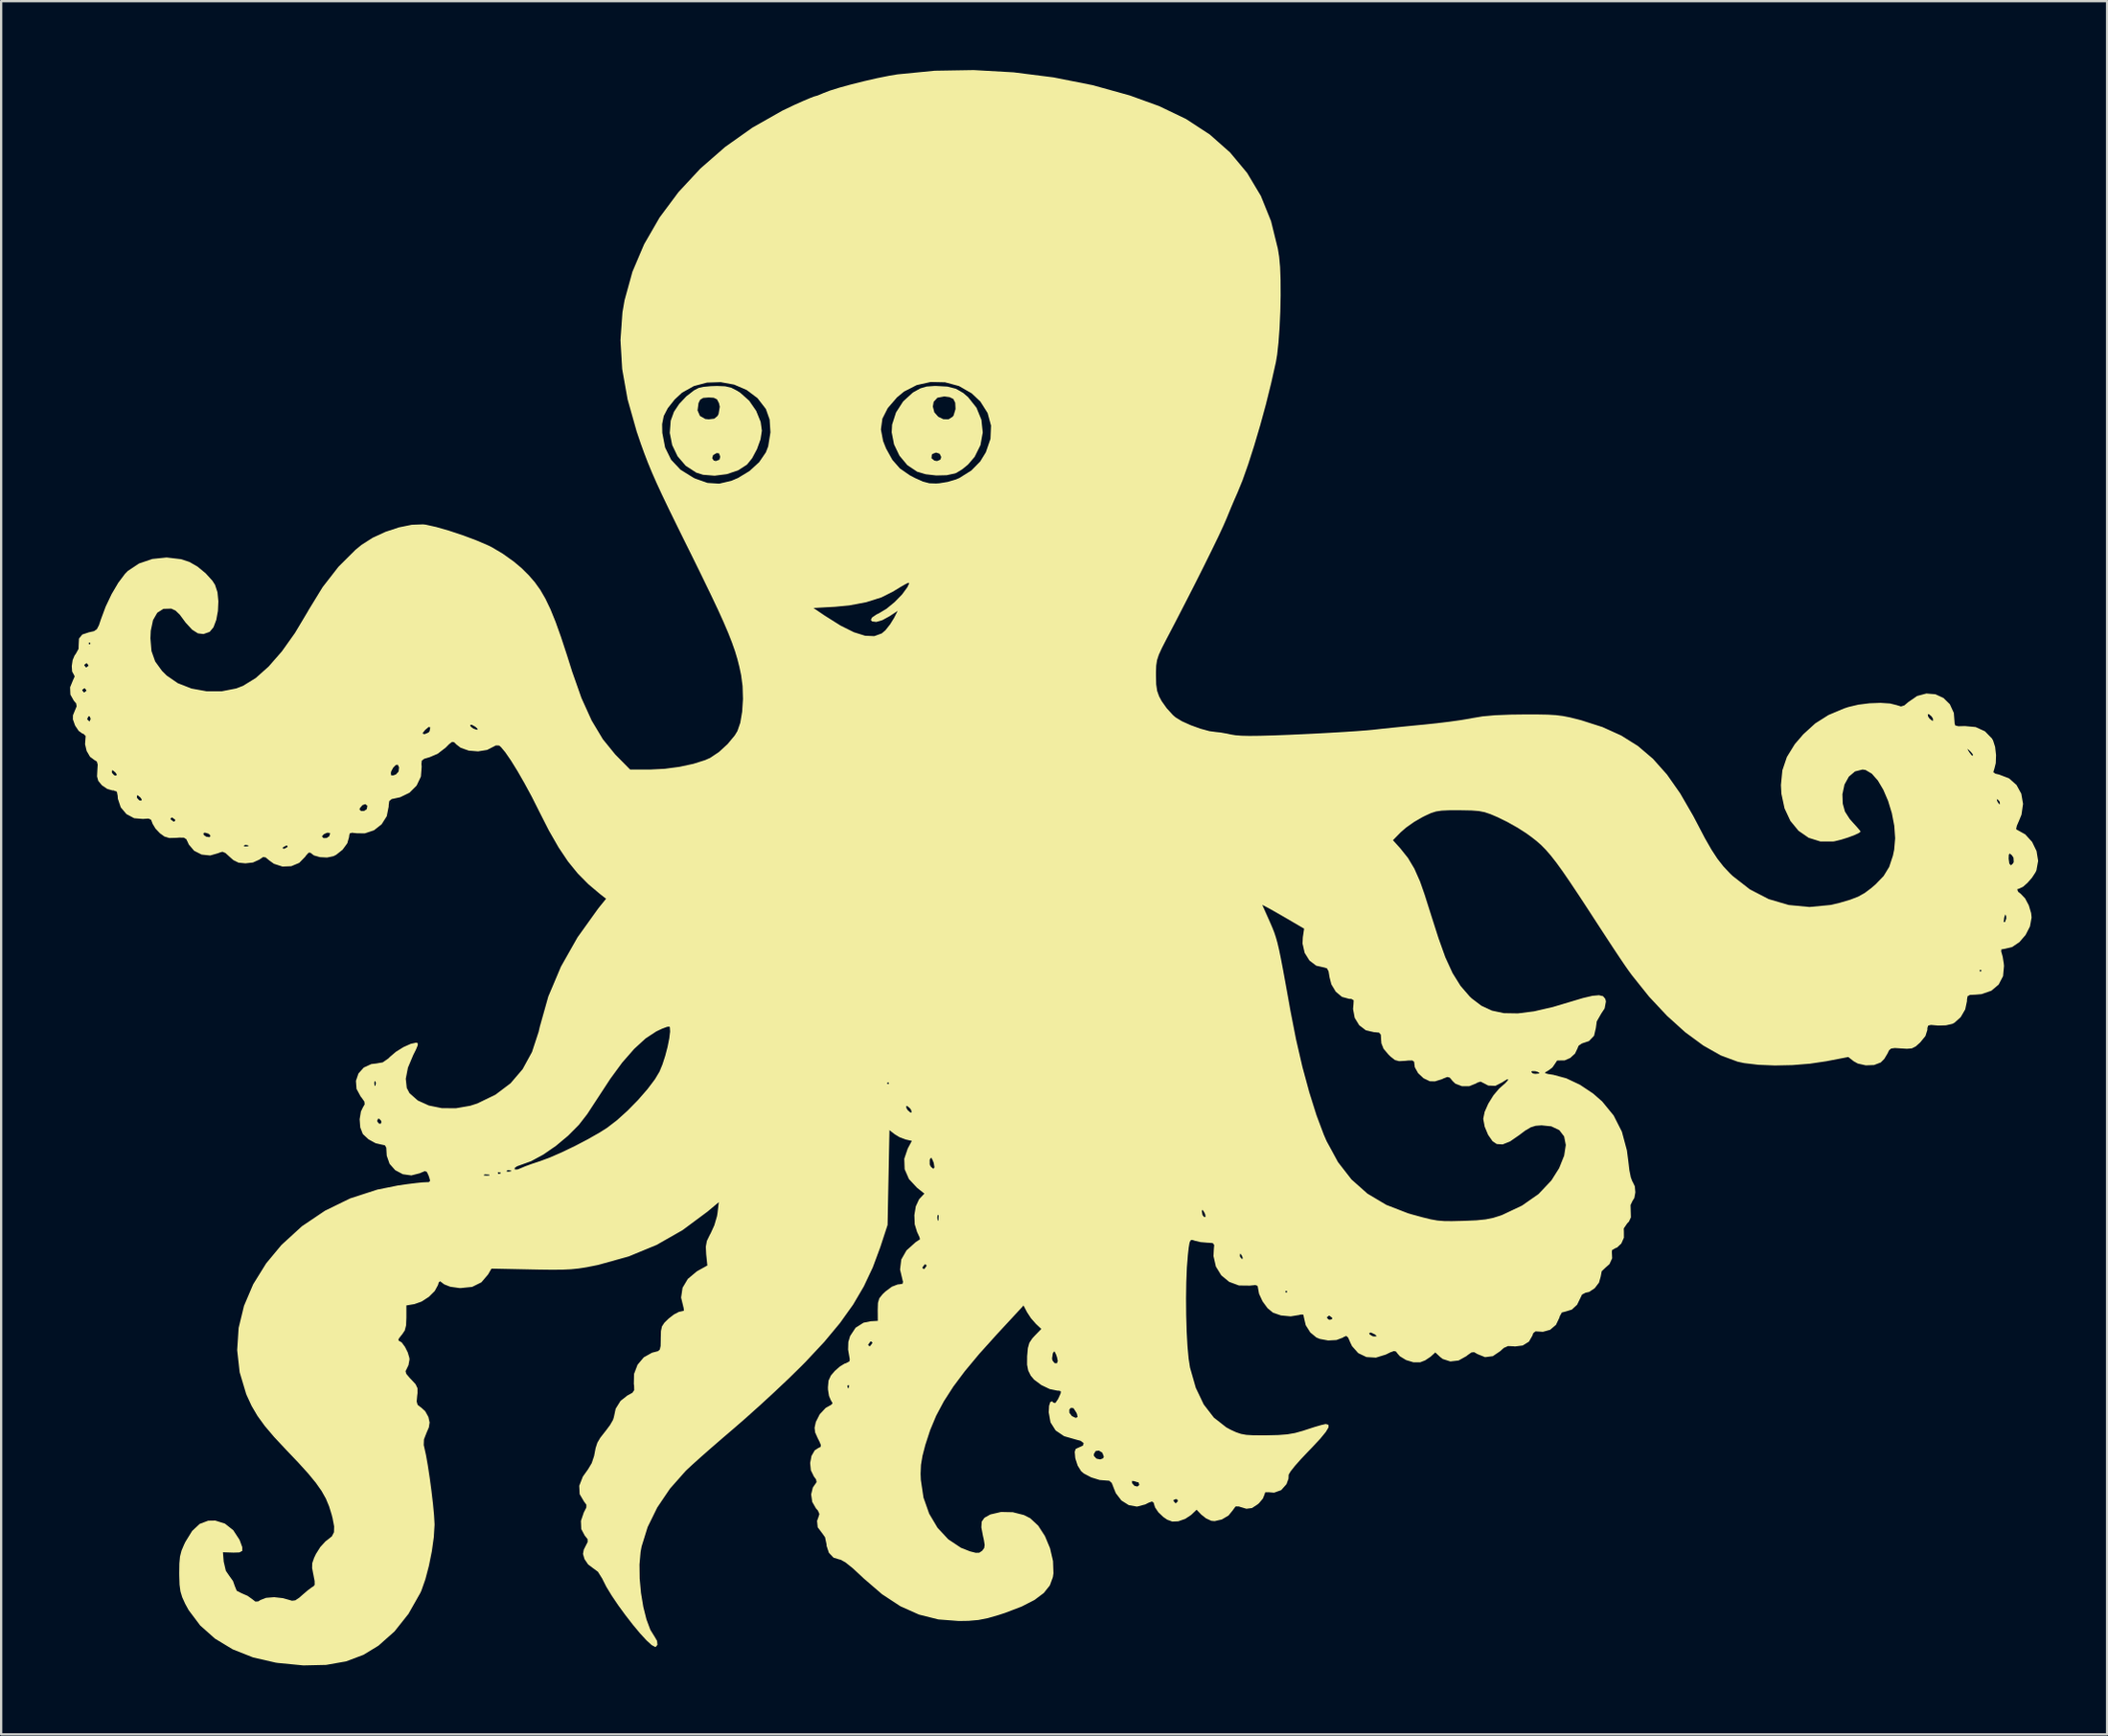
<source format=kicad_pcb>
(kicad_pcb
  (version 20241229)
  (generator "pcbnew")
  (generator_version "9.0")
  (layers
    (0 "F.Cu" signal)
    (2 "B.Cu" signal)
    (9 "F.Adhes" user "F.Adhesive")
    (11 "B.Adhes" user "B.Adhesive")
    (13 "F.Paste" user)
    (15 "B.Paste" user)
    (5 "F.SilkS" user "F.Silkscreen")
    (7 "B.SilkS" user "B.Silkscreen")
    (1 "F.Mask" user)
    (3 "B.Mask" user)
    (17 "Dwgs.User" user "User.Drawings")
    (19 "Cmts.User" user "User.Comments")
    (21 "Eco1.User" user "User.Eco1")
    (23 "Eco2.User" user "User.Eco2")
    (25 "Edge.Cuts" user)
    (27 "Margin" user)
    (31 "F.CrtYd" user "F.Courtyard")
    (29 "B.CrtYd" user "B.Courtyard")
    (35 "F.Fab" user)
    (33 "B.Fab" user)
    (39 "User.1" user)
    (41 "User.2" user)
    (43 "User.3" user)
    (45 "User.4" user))
  (footprint "octopus_120"
    (layer "F.Cu")
    (at 42.8 34.704)
    (property "Reference" "octopus_120" (at 0 0 0) (layer "F.SilkS") (effects (font (size 1.524 1.524) (thickness 0.3))))
    (attr board_only exclude_from_pos_files exclude_from_bom)
    (fp_poly (pts (xy -14.3 -20.941) (xy -14.037 -20.881) (xy -13.78 -20.75) (xy -13.64 -20.66) (xy -13.253 -20.315) (xy -12.947 -19.873) (xy -12.753 -19.392) (xy -12.701 -19.011) (xy -12.76 -18.634) (xy -12.912 -18.209) (xy -13.123 -17.813) (xy -13.347 -17.535) (xy -13.737 -17.283) (xy -14.228 -17.118) (xy -14.757 -17.051) (xy -15.26 -17.091) (xy -15.557 -17.185) (xy -16.015 -17.484) (xy -16.303 -17.82) (xy -14.863 -17.82) (xy -14.799 -17.713) (xy -14.702 -17.689) (xy -14.547 -17.749) (xy -14.514 -17.877) (xy -14.563 -18.022) (xy -14.672 -18.035) (xy -14.819 -17.951) (xy -14.863 -17.82) (xy -16.303 -17.82) (xy -16.369 -17.897) (xy -16.604 -18.386) (xy -16.709 -18.914) (xy -16.668 -19.445) (xy -16.528 -19.831) (xy -16.487 -19.893) (xy -15.5 -19.893) (xy -15.396 -19.653) (xy -15.164 -19.52) (xy -15.013 -19.504) (xy -14.77 -19.534) (xy -14.631 -19.651) (xy -14.587 -19.734) (xy -14.532 -20.052) (xy -14.568 -20.21) (xy -14.653 -20.373) (xy -14.795 -20.443) (xy -15.013 -20.456) (xy -15.257 -20.437) (xy -15.387 -20.357) (xy -15.458 -20.21) (xy -15.5 -19.893) (xy -16.487 -19.893) (xy -16.299 -20.175) (xy -15.988 -20.505) (xy -15.654 -20.765) (xy -15.451 -20.87) (xy -15.241 -20.916) (xy -14.927 -20.946) (xy -14.655 -20.955)) (stroke (width 0) (type solid)) (fill yes) (layer "F.SilkS"))
    (fp_poly (pts (xy -4.628 -20.928) (xy -4.257 -20.834) (xy -3.94 -20.652) (xy -3.731 -20.473) (xy -3.362 -20.009) (xy -3.148 -19.485) (xy -3.09 -18.932) (xy -3.189 -18.384) (xy -3.443 -17.872) (xy -3.731 -17.536) (xy -3.978 -17.334) (xy -4.226 -17.18) (xy -4.292 -17.151) (xy -4.662 -17.072) (xy -5.116 -17.061) (xy -5.573 -17.114) (xy -5.947 -17.226) (xy -6.373 -17.512) (xy -6.622 -17.811) (xy -5.321 -17.811) (xy -5.194 -17.708) (xy -5.075 -17.689) (xy -4.927 -17.756) (xy -4.899 -17.871) (xy -4.968 -18.008) (xy -5.122 -18.058) (xy -5.274 -18.001) (xy -5.307 -17.961) (xy -5.321 -17.811) (xy -6.622 -17.811) (xy -6.716 -17.924) (xy -6.95 -18.415) (xy -7.051 -18.938) (xy -7.034 -19.273) (xy -6.865 -19.802) (xy -6.699 -20.06) (xy -5.261 -20.06) (xy -5.195 -19.807) (xy -5.026 -19.617) (xy -4.804 -19.51) (xy -4.577 -19.506) (xy -4.393 -19.624) (xy -4.357 -19.679) (xy -4.274 -19.953) (xy -4.287 -20.225) (xy -4.372 -20.393) (xy -4.536 -20.471) (xy -4.763 -20.501) (xy -5.062 -20.445) (xy -5.225 -20.27) (xy -5.261 -20.06) (xy -6.699 -20.06) (xy -6.554 -20.285) (xy -6.139 -20.663) (xy -6.098 -20.69) (xy -5.808 -20.85) (xy -5.536 -20.93) (xy -5.19 -20.955) (xy -5.114 -20.955)) (stroke (width 0) (type solid)) (fill yes) (layer "F.SilkS"))
    (fp_poly (pts (xy -1.747 -34.606) (xy -0.011 -34.386) (xy 1.686 -34.049) (xy 3.306 -33.6) (xy 4.581 -33.138) (xy 5.755 -32.575) (xy 6.786 -31.901) (xy 7.672 -31.118) (xy 8.414 -30.227) (xy 9.008 -29.231) (xy 9.454 -28.13) (xy 9.751 -26.927) (xy 9.806 -26.584) (xy 9.847 -26.136) (xy 9.868 -25.558) (xy 9.871 -24.896) (xy 9.856 -24.195) (xy 9.825 -23.501) (xy 9.779 -22.862) (xy 9.72 -22.321) (xy 9.666 -21.998) (xy 9.462 -21.092) (xy 9.23 -20.159) (xy 8.978 -19.235) (xy 8.718 -18.353) (xy 8.459 -17.546) (xy 8.212 -16.85) (xy 7.986 -16.297) (xy 7.981 -16.287) (xy 7.867 -16.026) (xy 7.714 -15.666) (xy 7.553 -15.275) (xy 7.52 -15.195) (xy 7.377 -14.866) (xy 7.158 -14.397) (xy 6.874 -13.81) (xy 6.536 -13.125) (xy 6.152 -12.362) (xy 5.735 -11.542) (xy 5.293 -10.686) (xy 4.91 -9.953) (xy 4.705 -9.553) (xy 4.571 -9.261) (xy 4.493 -9.023) (xy 4.457 -8.788) (xy 4.446 -8.503) (xy 4.446 -8.366) (xy 4.456 -7.972) (xy 4.497 -7.689) (xy 4.583 -7.449) (xy 4.695 -7.24) (xy 4.916 -6.928) (xy 5.184 -6.635) (xy 5.296 -6.537) (xy 5.575 -6.366) (xy 5.958 -6.193) (xy 6.378 -6.041) (xy 6.771 -5.934) (xy 7.056 -5.896) (xy 7.251 -5.876) (xy 7.54 -5.825) (xy 7.707 -5.789) (xy 7.902 -5.757) (xy 8.164 -5.736) (xy 8.514 -5.728) (xy 8.974 -5.733) (xy 9.565 -5.749) (xy 10.308 -5.778) (xy 10.639 -5.793) (xy 11.339 -5.826) (xy 12.022 -5.863) (xy 12.655 -5.9) (xy 13.203 -5.936) (xy 13.633 -5.969) (xy 13.879 -5.992) (xy 14.252 -6.033) (xy 14.749 -6.085) (xy 15.315 -6.142) (xy 15.893 -6.199) (xy 16.097 -6.218) (xy 16.656 -6.277) (xy 17.214 -6.345) (xy 17.717 -6.416) (xy 18.113 -6.483) (xy 18.228 -6.506) (xy 18.659 -6.578) (xy 19.197 -6.627) (xy 19.867 -6.654) (xy 20.456 -6.661) (xy 21.042 -6.661) (xy 21.491 -6.653) (xy 21.847 -6.632) (xy 22.155 -6.593) (xy 22.459 -6.533) (xy 22.803 -6.447) (xy 22.951 -6.408) (xy 23.875 -6.111) (xy 24.69 -5.744) (xy 25.416 -5.289) (xy 26.073 -4.729) (xy 26.68 -4.047) (xy 27.257 -3.224) (xy 27.824 -2.244) (xy 28.001 -1.905) (xy 28.332 -1.274) (xy 28.617 -0.777) (xy 28.877 -0.379) (xy 29.137 -0.047) (xy 29.419 0.253) (xy 29.54 0.369) (xy 30.289 0.953) (xy 31.108 1.375) (xy 31.977 1.632) (xy 32.879 1.719) (xy 33.797 1.631) (xy 34.189 1.539) (xy 34.654 1.401) (xy 34.999 1.268) (xy 35.284 1.109) (xy 35.57 0.894) (xy 35.753 0.737) (xy 36.107 0.37) (xy 36.35 -0.028) (xy 36.467 -0.382) (xy 41.547 -0.382) (xy 41.577 -0.166) (xy 41.65 -0.094) (xy 41.74 -0.182) (xy 41.768 -0.243) (xy 41.757 -0.428) (xy 41.687 -0.534) (xy 41.592 -0.61) (xy 41.554 -0.555) (xy 41.547 -0.382) (xy 36.467 -0.382) (xy 36.512 -0.517) (xy 36.566 -0.774) (xy 36.609 -1.273) (xy 36.571 -1.813) (xy 36.465 -2.364) (xy 36.303 -2.896) (xy 36.265 -2.984) (xy 41.029 -2.984) (xy 41.048 -2.893) (xy 41.054 -2.876) (xy 41.126 -2.765) (xy 41.167 -2.764) (xy 41.157 -2.86) (xy 41.105 -2.927) (xy 41.029 -2.984) (xy 36.265 -2.984) (xy 36.095 -3.38) (xy 35.855 -3.786) (xy 35.592 -4.084) (xy 35.32 -4.244) (xy 35.192 -4.264) (xy 34.862 -4.181) (xy 34.594 -3.953) (xy 34.405 -3.612) (xy 34.314 -3.189) (xy 34.329 -2.778) (xy 34.425 -2.434) (xy 34.627 -2.118) (xy 34.749 -1.979) (xy 34.941 -1.767) (xy 35.071 -1.615) (xy 35.106 -1.564) (xy 35.027 -1.498) (xy 34.824 -1.404) (xy 34.548 -1.302) (xy 34.25 -1.209) (xy 33.982 -1.144) (xy 33.921 -1.134) (xy 33.355 -1.133) (xy 32.844 -1.293) (xy 32.404 -1.598) (xy 32.049 -2.029) (xy 31.796 -2.572) (xy 31.659 -3.209) (xy 31.639 -3.587) (xy 31.701 -4.227) (xy 31.897 -4.809) (xy 32.114 -5.161) (xy 39.764 -5.161) (xy 39.767 -5.128) (xy 39.833 -5.016) (xy 39.936 -4.882) (xy 39.996 -4.859) (xy 39.973 -4.946) (xy 39.876 -5.059) (xy 39.764 -5.161) (xy 32.114 -5.161) (xy 32.242 -5.368) (xy 32.608 -5.794) (xy 33.133 -6.272) (xy 33.705 -6.635) (xy 33.792 -6.672) (xy 38.029 -6.672) (xy 38.041 -6.576) (xy 38.1 -6.486) (xy 38.213 -6.391) (xy 38.262 -6.391) (xy 38.25 -6.487) (xy 38.191 -6.577) (xy 38.078 -6.672) (xy 38.029 -6.672) (xy 33.792 -6.672) (xy 34.382 -6.92) (xy 34.571 -6.982) (xy 35.006 -7.085) (xy 35.491 -7.146) (xy 35.97 -7.164) (xy 36.387 -7.137) (xy 36.687 -7.062) (xy 36.691 -7.06) (xy 36.862 -7.007) (xy 37.005 -7.051) (xy 37.179 -7.198) (xy 37.563 -7.464) (xy 37.968 -7.573) (xy 38.361 -7.54) (xy 38.711 -7.378) (xy 38.989 -7.103) (xy 39.161 -6.729) (xy 39.198 -6.271) (xy 39.197 -6.259) (xy 39.227 -6.179) (xy 39.36 -6.147) (xy 39.635 -6.154) (xy 39.638 -6.155) (xy 40.111 -6.111) (xy 40.517 -5.926) (xy 40.817 -5.619) (xy 40.869 -5.529) (xy 40.958 -5.248) (xy 40.998 -4.892) (xy 40.986 -4.541) (xy 40.92 -4.278) (xy 40.914 -4.267) (xy 40.88 -4.151) (xy 40.964 -4.084) (xy 41.132 -4.044) (xy 41.562 -3.881) (xy 41.888 -3.593) (xy 42.097 -3.212) (xy 42.174 -2.77) (xy 42.106 -2.3) (xy 41.999 -2.038) (xy 41.904 -1.819) (xy 41.873 -1.679) (xy 41.886 -1.656) (xy 42.269 -1.442) (xy 42.567 -1.114) (xy 42.761 -0.715) (xy 42.83 -0.289) (xy 42.756 0.121) (xy 42.715 0.21) (xy 42.564 0.442) (xy 42.367 0.668) (xy 42.173 0.839) (xy 42.029 0.907) (xy 41.919 0.949) (xy 41.956 1.052) (xy 42.077 1.149) (xy 42.264 1.346) (xy 42.425 1.65) (xy 42.526 1.989) (xy 42.545 2.177) (xy 42.474 2.565) (xy 42.284 2.936) (xy 42.012 3.25) (xy 41.692 3.464) (xy 41.38 3.538) (xy 41.229 3.564) (xy 41.223 3.665) (xy 41.236 3.697) (xy 41.287 3.881) (xy 41.332 4.159) (xy 41.345 4.283) (xy 41.304 4.727) (xy 41.112 5.095) (xy 40.792 5.364) (xy 40.365 5.512) (xy 40.1 5.534) (xy 39.866 5.544) (xy 39.761 5.601) (xy 39.734 5.744) (xy 39.733 5.818) (xy 39.657 6.175) (xy 39.461 6.512) (xy 39.187 6.758) (xy 39.096 6.805) (xy 38.82 6.868) (xy 38.486 6.878) (xy 38.416 6.872) (xy 38.166 6.851) (xy 38.048 6.877) (xy 38.012 6.976) (xy 38.009 7.069) (xy 37.925 7.335) (xy 37.698 7.614) (xy 37.503 7.788) (xy 37.336 7.871) (xy 37.121 7.889) (xy 36.886 7.874) (xy 36.597 7.856) (xy 36.435 7.877) (xy 36.344 7.955) (xy 36.278 8.093) (xy 36.137 8.328) (xy 35.981 8.485) (xy 35.69 8.597) (xy 35.33 8.611) (xy 34.984 8.532) (xy 34.805 8.433) (xy 34.569 8.247) (xy 33.608 8.433) (xy 32.901 8.538) (xy 32.14 8.6) (xy 31.377 8.616) (xy 30.66 8.587) (xy 30.041 8.513) (xy 29.754 8.451) (xy 29.026 8.18) (xy 28.261 7.748) (xy 27.475 7.17) (xy 26.685 6.457) (xy 25.904 5.624) (xy 25.151 4.683) (xy 25.01 4.49) (xy 40.277 4.49) (xy 40.322 4.536) (xy 40.368 4.49) (xy 40.322 4.445) (xy 40.277 4.49) (xy 25.01 4.49) (xy 24.848 4.258) (xy 24.613 3.91) (xy 24.331 3.486) (xy 24.026 3.021) (xy 23.84 2.735) (xy 23.604 2.373) (xy 41.333 2.373) (xy 41.383 2.377) (xy 41.385 2.375) (xy 41.443 2.22) (xy 41.438 2.119) (xy 41.405 2.041) (xy 41.366 2.132) (xy 41.35 2.207) (xy 41.333 2.373) (xy 23.604 2.373) (xy 23.299 1.903) (xy 22.844 1.208) (xy 22.461 0.634) (xy 22.139 0.165) (xy 21.865 -0.214) (xy 21.626 -0.52) (xy 21.411 -0.768) (xy 21.207 -0.975) (xy 21.001 -1.156) (xy 20.782 -1.327) (xy 20.558 -1.49) (xy 20.182 -1.731) (xy 19.735 -1.982) (xy 19.322 -2.185) (xy 19.005 -2.32) (xy 18.746 -2.408) (xy 18.488 -2.458) (xy 18.175 -2.482) (xy 17.749 -2.49) (xy 17.639 -2.491) (xy 17.191 -2.49) (xy 16.873 -2.475) (xy 16.631 -2.438) (xy 16.413 -2.368) (xy 16.169 -2.256) (xy 16.039 -2.191) (xy 15.68 -1.984) (xy 15.335 -1.741) (xy 15.1 -1.538) (xy 14.758 -1.188) (xy 15.079 -0.832) (xy 15.413 -0.414) (xy 15.69 0.05) (xy 15.936 0.608) (xy 16.135 1.179) (xy 16.283 1.645) (xy 16.46 2.2) (xy 16.639 2.76) (xy 16.737 3.067) (xy 17.036 3.908) (xy 17.352 4.595) (xy 17.699 5.152) (xy 18.092 5.608) (xy 18.189 5.7) (xy 18.606 6.015) (xy 19.067 6.228) (xy 19.59 6.339) (xy 20.194 6.349) (xy 20.898 6.259) (xy 21.721 6.069) (xy 22.472 5.846) (xy 23.028 5.68) (xy 23.438 5.584) (xy 23.722 5.558) (xy 23.901 5.602) (xy 23.996 5.717) (xy 24.023 5.831) (xy 23.967 6.133) (xy 23.819 6.359) (xy 23.626 6.698) (xy 23.586 6.99) (xy 23.508 7.323) (xy 23.287 7.554) (xy 22.978 7.658) (xy 22.835 7.756) (xy 22.786 7.876) (xy 22.679 8.1) (xy 22.471 8.289) (xy 22.227 8.396) (xy 22.076 8.396) (xy 21.9 8.401) (xy 21.817 8.527) (xy 21.696 8.703) (xy 21.524 8.833) (xy 21.393 8.907) (xy 21.38 8.951) (xy 21.507 8.986) (xy 21.734 9.021) (xy 22.298 9.173) (xy 22.893 9.454) (xy 23.468 9.837) (xy 23.861 10.181) (xy 24.362 10.794) (xy 24.719 11.498) (xy 24.936 12.309) (xy 24.998 12.788) (xy 25.044 13.177) (xy 25.106 13.483) (xy 25.174 13.663) (xy 25.187 13.679) (xy 25.28 13.871) (xy 25.305 14.134) (xy 25.261 14.382) (xy 25.182 14.507) (xy 25.095 14.69) (xy 25.102 14.958) (xy 25.11 15.225) (xy 25.026 15.409) (xy 24.948 15.491) (xy 24.801 15.708) (xy 24.805 15.857) (xy 24.807 16.11) (xy 24.695 16.363) (xy 24.51 16.538) (xy 24.438 16.566) (xy 24.289 16.653) (xy 24.282 16.745) (xy 24.296 17.005) (xy 24.179 17.261) (xy 24.011 17.408) (xy 23.841 17.571) (xy 23.797 17.802) (xy 23.723 18.065) (xy 23.538 18.308) (xy 23.297 18.471) (xy 23.137 18.506) (xy 22.982 18.588) (xy 22.913 18.735) (xy 22.771 19.027) (xy 22.542 19.24) (xy 22.278 19.322) (xy 22.278 19.322) (xy 22.105 19.367) (xy 22.013 19.534) (xy 21.998 19.593) (xy 21.851 19.903) (xy 21.596 20.12) (xy 21.283 20.207) (xy 21.167 20.199) (xy 20.961 20.187) (xy 20.862 20.264) (xy 20.826 20.371) (xy 20.674 20.635) (xy 20.404 20.802) (xy 20.067 20.844) (xy 20.002 20.836) (xy 19.767 20.826) (xy 19.581 20.908) (xy 19.421 21.052) (xy 19.103 21.267) (xy 18.766 21.31) (xy 18.436 21.177) (xy 18.433 21.175) (xy 18.29 21.093) (xy 18.17 21.106) (xy 18.001 21.225) (xy 17.953 21.266) (xy 17.614 21.455) (xy 17.255 21.497) (xy 16.926 21.39) (xy 16.811 21.302) (xy 16.601 21.105) (xy 16.397 21.29) (xy 16.158 21.45) (xy 15.944 21.534) (xy 15.651 21.534) (xy 15.329 21.436) (xy 15.06 21.272) (xy 14.962 21.161) (xy 14.89 21.065) (xy 14.802 21.044) (xy 14.646 21.099) (xy 14.446 21.198) (xy 14.016 21.331) (xy 13.604 21.306) (xy 13.246 21.134) (xy 12.976 20.829) (xy 12.904 20.679) (xy 12.81 20.462) (xy 12.732 20.387) (xy 12.627 20.425) (xy 12.577 20.46) (xy 12.298 20.565) (xy 11.939 20.584) (xy 11.577 20.517) (xy 11.427 20.455) (xy 11.183 20.253) (xy 13.724 20.253) (xy 13.743 20.32) (xy 13.873 20.399) (xy 13.953 20.409) (xy 14.054 20.395) (xy 13.988 20.332) (xy 13.97 20.32) (xy 13.804 20.24) (xy 13.724 20.253) (xy 11.183 20.253) (xy 11.159 20.233) (xy 10.962 19.92) (xy 10.886 19.594) (xy 11.884 19.594) (xy 11.957 19.674) (xy 12.025 19.685) (xy 12.119 19.641) (xy 12.11 19.594) (xy 11.994 19.507) (xy 11.969 19.504) (xy 11.886 19.573) (xy 11.884 19.594) (xy 10.886 19.594) (xy 10.886 19.593) (xy 10.858 19.458) (xy 10.74 19.455) (xy 10.682 19.474) (xy 10.307 19.535) (xy 9.884 19.494) (xy 9.541 19.376) (xy 9.301 19.178) (xy 9.082 18.879) (xy 8.931 18.552) (xy 8.914 18.46) (xy 10.069 18.46) (xy 10.115 18.506) (xy 10.16 18.46) (xy 10.115 18.415) (xy 10.069 18.46) (xy 8.914 18.46) (xy 8.89 18.327) (xy 8.869 18.21) (xy 8.774 18.172) (xy 8.554 18.194) (xy 8.536 18.197) (xy 8.058 18.191) (xy 7.633 18.033) (xy 7.288 17.749) (xy 7.052 17.367) (xy 6.951 16.921) (xy 8.097 16.921) (xy 8.115 16.958) (xy 8.202 17.051) (xy 8.218 16.985) (xy 8.196 16.914) (xy 8.129 16.816) (xy 8.099 16.818) (xy 8.097 16.921) (xy 6.951 16.921) (xy 6.949 16.912) (xy 6.963 16.621) (xy 6.979 16.426) (xy 6.917 16.346) (xy 6.728 16.329) (xy 6.684 16.329) (xy 6.392 16.304) (xy 6.139 16.244) (xy 6.136 16.243) (xy 6.022 16.206) (xy 5.951 16.226) (xy 5.905 16.333) (xy 5.868 16.562) (xy 5.836 16.855) (xy 5.792 17.404) (xy 5.766 18.051) (xy 5.756 18.757) (xy 5.762 19.481) (xy 5.782 20.184) (xy 5.817 20.826) (xy 5.866 21.366) (xy 5.927 21.762) (xy 6.177 22.641) (xy 6.524 23.367) (xy 6.966 23.941) (xy 7.507 24.365) (xy 7.694 24.467) (xy 7.933 24.577) (xy 8.144 24.649) (xy 8.374 24.691) (xy 8.672 24.709) (xy 9.088 24.712) (xy 9.253 24.711) (xy 9.765 24.699) (xy 10.158 24.669) (xy 10.494 24.611) (xy 10.836 24.516) (xy 11.002 24.461) (xy 11.347 24.349) (xy 11.635 24.265) (xy 11.817 24.223) (xy 11.841 24.221) (xy 11.953 24.255) (xy 11.954 24.366) (xy 11.838 24.562) (xy 11.599 24.854) (xy 11.23 25.25) (xy 11.074 25.411) (xy 10.751 25.751) (xy 10.487 26.05) (xy 10.303 26.283) (xy 10.22 26.424) (xy 10.219 26.446) (xy 10.211 26.6) (xy 10.131 26.82) (xy 10.12 26.842) (xy 9.895 27.097) (xy 9.586 27.208) (xy 9.342 27.188) (xy 9.197 27.193) (xy 9.162 27.305) (xy 9.097 27.465) (xy 8.934 27.659) (xy 8.874 27.713) (xy 8.625 27.876) (xy 8.381 27.907) (xy 8.07 27.814) (xy 8.053 27.807) (xy 7.911 27.806) (xy 7.796 27.961) (xy 7.791 27.972) (xy 7.601 28.204) (xy 7.312 28.374) (xy 6.998 28.446) (xy 6.852 28.432) (xy 6.622 28.324) (xy 6.418 28.162) (xy 6.214 27.95) (xy 5.979 28.175) (xy 5.721 28.347) (xy 5.422 28.452) (xy 5.413 28.454) (xy 5.156 28.465) (xy 4.933 28.382) (xy 4.764 28.265) (xy 4.552 28.063) (xy 4.411 27.855) (xy 4.391 27.8) (xy 4.343 27.641) (xy 4.276 27.591) (xy 4.133 27.641) (xy 3.98 27.719) (xy 3.621 27.813) (xy 3.262 27.749) (xy 2.942 27.547) (xy 2.928 27.529) (xy 5.209 27.529) (xy 5.216 27.577) (xy 5.294 27.664) (xy 5.307 27.668) (xy 5.379 27.605) (xy 5.397 27.577) (xy 5.376 27.5) (xy 5.307 27.486) (xy 5.209 27.529) (xy 2.928 27.529) (xy 2.699 27.228) (xy 2.617 27.024) (xy 2.524 26.785) (xy 2.428 26.699) (xy 3.397 26.699) (xy 3.41 26.796) (xy 3.508 26.908) (xy 3.636 26.941) (xy 3.716 26.879) (xy 3.719 26.851) (xy 3.69 26.763) (xy 3.681 26.761) (xy 3.575 26.732) (xy 3.499 26.705) (xy 3.397 26.699) (xy 2.428 26.699) (xy 2.414 26.687) (xy 2.32 26.681) (xy 1.995 26.655) (xy 1.63 26.542) (xy 1.31 26.374) (xy 1.189 26.272) (xy 1.039 26.031) (xy 0.94 25.724) (xy 0.932 25.676) (xy 0.921 25.533) (xy 1.742 25.533) (xy 1.753 25.618) (xy 1.86 25.727) (xy 2.018 25.76) (xy 2.146 25.713) (xy 2.177 25.638) (xy 2.11 25.465) (xy 1.959 25.374) (xy 1.821 25.396) (xy 1.742 25.533) (xy 0.921 25.533) (xy 0.912 25.431) (xy 0.95 25.308) (xy 1.064 25.251) (xy 1.07 25.25) (xy 1.269 25.158) (xy 1.3 25.05) (xy 1.169 24.95) (xy 0.97 24.897) (xy 0.45 24.749) (xy 0.08 24.5) (xy -0.142 24.147) (xy -0.219 23.711) (xy -0.212 23.59) (xy 0.678 23.59) (xy 0.68 23.73) (xy 0.788 23.874) (xy 0.945 23.948) (xy 0.962 23.949) (xy 1.037 23.916) (xy 1.01 23.787) (xy 0.981 23.722) (xy 0.857 23.529) (xy 0.741 23.517) (xy 0.678 23.59) (xy -0.212 23.59) (xy -0.203 23.425) (xy -0.148 23.257) (xy -0.067 23.233) (xy -0.012 23.294) (xy 0.068 23.306) (xy 0.182 23.14) (xy 0.208 23.087) (xy 0.3 22.882) (xy 0.306 22.792) (xy 0.216 22.768) (xy 0.157 22.767) (xy -0.178 22.698) (xy -0.541 22.524) (xy -0.855 22.29) (xy -1.001 22.117) (xy -1.112 21.892) (xy -1.161 21.639) (xy -1.159 21.365) (xy -0.075 21.365) (xy -0.058 21.454) (xy 0.035 21.57) (xy 0.137 21.575) (xy 0.175 21.477) (xy 0.137 21.303) (xy 0.094 21.182) (xy 0.031 21.058) (xy -0.019 21.099) (xy -0.045 21.159) (xy -0.075 21.365) (xy -1.159 21.365) (xy -1.159 21.285) (xy -1.157 21.25) (xy -1.126 20.913) (xy -1.062 20.685) (xy -0.937 20.496) (xy -0.834 20.383) (xy -0.542 20.082) (xy -0.778 19.861) (xy -0.994 19.614) (xy -1.165 19.351) (xy -1.315 19.062) (xy -2.495 20.337) (xy -3.243 21.168) (xy -3.863 21.912) (xy -4.372 22.593) (xy -4.784 23.233) (xy -5.116 23.858) (xy -5.381 24.492) (xy -5.59 25.131) (xy -5.714 25.609) (xy -5.779 25.999) (xy -5.795 26.383) (xy -5.785 26.65) (xy -5.67 27.42) (xy -5.422 28.122) (xy -5.057 28.736) (xy -4.591 29.237) (xy -4.039 29.605) (xy -3.647 29.76) (xy -3.392 29.824) (xy -3.24 29.819) (xy -3.123 29.741) (xy -3.11 29.728) (xy -3.03 29.622) (xy -3.007 29.486) (xy -3.041 29.264) (xy -3.081 29.086) (xy -3.151 28.715) (xy -3.135 28.468) (xy -3.017 28.3) (xy -2.781 28.167) (xy -2.748 28.153) (xy -2.293 28.047) (xy -1.784 28.058) (xy -1.298 28.181) (xy -1.025 28.32) (xy -0.677 28.644) (xy -0.383 29.096) (xy -0.162 29.625) (xy -0.033 30.182) (xy -0.015 30.716) (xy -0.038 30.881) (xy -0.171 31.244) (xy -0.434 31.573) (xy -0.838 31.876) (xy -1.396 32.163) (xy -2.12 32.44) (xy -2.405 32.533) (xy -2.874 32.668) (xy -3.28 32.748) (xy -3.711 32.785) (xy -4.128 32.792) (xy -5.021 32.724) (xy -5.864 32.513) (xy -6.675 32.15) (xy -7.473 31.626) (xy -8.279 30.931) (xy -8.335 30.877) (xy -8.746 30.496) (xy -9.062 30.243) (xy -9.273 30.126) (xy -9.321 30.117) (xy -9.584 30.035) (xy -9.786 29.821) (xy -9.884 29.523) (xy -9.888 29.451) (xy -9.952 29.147) (xy -10.067 28.985) (xy -10.272 28.713) (xy -10.299 28.433) (xy -10.248 28.298) (xy -10.197 28.137) (xy -10.262 27.987) (xy -10.352 27.884) (xy -10.511 27.607) (xy -10.557 27.282) (xy -10.484 26.984) (xy -10.412 26.879) (xy -10.32 26.749) (xy -10.341 26.634) (xy -10.439 26.501) (xy -10.57 26.233) (xy -10.601 25.916) (xy -10.542 25.608) (xy -10.402 25.366) (xy -10.241 25.261) (xy -10.147 25.217) (xy -10.132 25.138) (xy -10.201 24.973) (xy -10.267 24.845) (xy -10.383 24.587) (xy -10.408 24.382) (xy -10.353 24.133) (xy -10.352 24.129) (xy -10.184 23.796) (xy -9.925 23.519) (xy -9.679 23.38) (xy -9.624 23.313) (xy -9.699 23.187) (xy -9.779 23.003) (xy -9.824 22.728) (xy -9.827 22.626) (xy -9.824 22.588) (xy -8.981 22.588) (xy -8.948 22.663) (xy -8.92 22.648) (xy -8.909 22.541) (xy -8.92 22.527) (xy -8.974 22.54) (xy -8.981 22.588) (xy -9.824 22.588) (xy -9.801 22.332) (xy -9.697 22.108) (xy -9.527 21.909) (xy -9.307 21.716) (xy -9.102 21.591) (xy -9.035 21.57) (xy -8.891 21.493) (xy -8.876 21.406) (xy -8.949 20.98) (xy -8.943 20.784) (xy -8.074 20.784) (xy -8.018 20.833) (xy -7.983 20.819) (xy -7.896 20.699) (xy -7.892 20.672) (xy -7.948 20.623) (xy -7.983 20.637) (xy -8.07 20.758) (xy -8.074 20.784) (xy -8.943 20.784) (xy -8.939 20.65) (xy -8.861 20.391) (xy -8.623 20.028) (xy -8.278 19.81) (xy -7.963 19.747) (xy -7.657 19.73) (xy -7.661 19.247) (xy -7.651 18.949) (xy -7.593 18.751) (xy -7.452 18.573) (xy -7.327 18.454) (xy -7.044 18.243) (xy -6.792 18.146) (xy -6.75 18.143) (xy -6.583 18.119) (xy -6.559 18.026) (xy -6.573 17.984) (xy -6.689 17.498) (xy -6.68 17.428) (xy -5.715 17.428) (xy -5.659 17.477) (xy -5.624 17.462) (xy -5.537 17.342) (xy -5.534 17.316) (xy -5.589 17.267) (xy -5.624 17.281) (xy -5.712 17.401) (xy -5.715 17.428) (xy -6.68 17.428) (xy -6.636 17.061) (xy -6.41 16.666) (xy -6.009 16.305) (xy -5.822 16.182) (xy -5.839 16.099) (xy -5.921 15.917) (xy -5.945 15.869) (xy -6.049 15.529) (xy -6.061 15.24) (xy -5.066 15.24) (xy -5.051 15.369) (xy -5.02 15.353) (xy -5.008 15.168) (xy -5.02 15.127) (xy -5.053 15.115) (xy -5.066 15.24) (xy -6.061 15.24) (xy -6.066 15.133) (xy -6.04 14.975) (xy 6.443 14.975) (xy 6.476 15.134) (xy 6.552 15.216) (xy 6.6 15.201) (xy 6.592 15.103) (xy 6.543 14.997) (xy 6.468 14.893) (xy 6.444 14.947) (xy 6.443 14.975) (xy -6.04 14.975) (xy -6.003 14.749) (xy -5.865 14.447) (xy -5.824 14.398) (xy -5.631 14.192) (xy -5.954 13.933) (xy -6.303 13.557) (xy -6.489 13.13) (xy -6.503 12.724) (xy -5.399 12.724) (xy -5.398 12.927) (xy -5.343 13.029) (xy -5.235 13.111) (xy -5.191 13.047) (xy -5.221 12.865) (xy -5.25 12.783) (xy -5.317 12.639) (xy -5.367 12.655) (xy -5.399 12.724) (xy -6.503 12.724) (xy -6.505 12.675) (xy -6.353 12.229) (xy -6.175 11.897) (xy -6.44 11.838) (xy -6.713 11.736) (xy -6.927 11.605) (xy -7.149 11.43) (xy -7.19 13.494) (xy -7.231 15.557) (xy -7.548 16.522) (xy -7.875 17.404) (xy -8.263 18.228) (xy -8.731 19.024) (xy -9.298 19.819) (xy -9.981 20.64) (xy -10.8 21.516) (xy -11.017 21.735) (xy -11.533 22.24) (xy -12.139 22.813) (xy -12.784 23.407) (xy -13.418 23.975) (xy -13.97 24.455) (xy -14.458 24.872) (xy -14.928 25.28) (xy -15.352 25.653) (xy -15.703 25.968) (xy -15.953 26.2) (xy -16.015 26.26) (xy -16.697 27.03) (xy -17.254 27.855) (xy -17.672 28.705) (xy -17.933 29.551) (xy -17.977 29.79) (xy -18.025 30.337) (xy -18.017 30.944) (xy -17.959 31.572) (xy -17.859 32.179) (xy -17.722 32.726) (xy -17.555 33.173) (xy -17.366 33.479) (xy -17.364 33.481) (xy -17.261 33.658) (xy -17.243 33.825) (xy -17.313 33.916) (xy -17.349 33.919) (xy -17.497 33.84) (xy -17.721 33.635) (xy -17.999 33.332) (xy -18.311 32.958) (xy -18.635 32.541) (xy -18.95 32.109) (xy -19.234 31.688) (xy -19.467 31.307) (xy -19.626 30.993) (xy -19.64 30.96) (xy -19.834 30.649) (xy -20.039 30.498) (xy -20.263 30.329) (xy -20.418 30.1) (xy -20.485 29.874) (xy -20.45 29.685) (xy -20.379 29.546) (xy -20.281 29.354) (xy -20.284 29.231) (xy -20.394 29.092) (xy -20.407 29.078) (xy -20.56 28.79) (xy -20.574 28.436) (xy -20.448 28.067) (xy -20.436 28.045) (xy -20.338 27.852) (xy -20.336 27.732) (xy -20.432 27.604) (xy -20.435 27.601) (xy -20.629 27.272) (xy -20.648 26.909) (xy -20.491 26.508) (xy -20.265 26.191) (xy -20.103 25.921) (xy -20.001 25.614) (xy -19.998 25.601) (xy -19.934 25.267) (xy -19.858 25.032) (xy -19.733 24.819) (xy -19.526 24.554) (xy -19.499 24.521) (xy -19.308 24.266) (xy -19.179 24.043) (xy -19.141 23.925) (xy -19.061 23.553) (xy -18.851 23.214) (xy -18.555 22.98) (xy -18.548 22.976) (xy -18.337 22.862) (xy -18.255 22.744) (xy -18.26 22.551) (xy -18.272 22.476) (xy -18.262 22.039) (xy -18.109 21.639) (xy -17.84 21.318) (xy -17.482 21.117) (xy -17.372 21.088) (xy -17.221 21.049) (xy -17.14 20.977) (xy -17.106 20.824) (xy -17.1 20.544) (xy -17.1 20.489) (xy -17.091 20.174) (xy -17.047 19.971) (xy -16.94 19.808) (xy -16.761 19.633) (xy -16.526 19.451) (xy -16.311 19.339) (xy -16.229 19.322) (xy -16.093 19.291) (xy -16.103 19.172) (xy -16.107 19.163) (xy -16.215 18.716) (xy -16.151 18.289) (xy -15.922 17.904) (xy -15.537 17.58) (xy -15.447 17.528) (xy -15.072 17.32) (xy -15.123 16.83) (xy -15.139 16.503) (xy -15.093 16.252) (xy -14.961 15.979) (xy -14.93 15.925) (xy -14.77 15.572) (xy -14.654 15.176) (xy -14.631 15.038) (xy -14.575 14.565) (xy -15.066 14.975) (xy -16.149 15.78) (xy -17.282 16.426) (xy -18.492 16.925) (xy -19.81 17.292) (xy -19.975 17.327) (xy -20.344 17.4) (xy -20.673 17.451) (xy -21.004 17.485) (xy -21.378 17.502) (xy -21.834 17.506) (xy -22.414 17.499) (xy -22.706 17.493) (xy -24.467 17.457) (xy -24.611 17.707) (xy -24.905 18.053) (xy -25.306 18.252) (xy -25.813 18.304) (xy -25.873 18.301) (xy -26.263 18.245) (xy -26.527 18.14) (xy -26.565 18.11) (xy -26.696 18.009) (xy -26.759 18.051) (xy -26.794 18.174) (xy -26.934 18.431) (xy -27.191 18.686) (xy -27.509 18.891) (xy -27.819 19) (xy -28.167 19.058) (xy -28.167 19.591) (xy -28.181 19.926) (xy -28.238 20.148) (xy -28.357 20.325) (xy -28.387 20.358) (xy -28.503 20.509) (xy -28.514 20.589) (xy -28.499 20.592) (xy -28.372 20.669) (xy -28.23 20.861) (xy -28.107 21.106) (xy -28.037 21.344) (xy -28.031 21.414) (xy -28.077 21.66) (xy -28.149 21.808) (xy -28.205 21.923) (xy -28.168 22.043) (xy -28.02 22.217) (xy -27.956 22.282) (xy -27.767 22.489) (xy -27.686 22.66) (xy -27.684 22.874) (xy -27.698 22.986) (xy -27.72 23.24) (xy -27.681 23.383) (xy -27.559 23.48) (xy -27.531 23.496) (xy -27.35 23.662) (xy -27.214 23.906) (xy -27.209 23.92) (xy -27.157 24.152) (xy -27.189 24.363) (xy -27.288 24.592) (xy -27.404 24.887) (xy -27.414 25.133) (xy -27.388 25.248) (xy -27.315 25.575) (xy -27.234 26.032) (xy -27.152 26.572) (xy -27.075 27.144) (xy -27.01 27.699) (xy -26.964 28.187) (xy -26.943 28.558) (xy -26.942 28.613) (xy -26.974 29.145) (xy -27.06 29.759) (xy -27.188 30.392) (xy -27.344 30.983) (xy -27.516 31.47) (xy -27.561 31.569) (xy -28.076 32.48) (xy -28.686 33.248) (xy -29.384 33.867) (xy -30.035 34.264) (xy -30.791 34.549) (xy -31.662 34.703) (xy -32.651 34.725) (xy -33.763 34.617) (xy -33.858 34.603) (xy -34.84 34.377) (xy -35.723 34.027) (xy -36.494 33.561) (xy -37.139 32.988) (xy -37.643 32.318) (xy -37.793 32.043) (xy -37.922 31.758) (xy -37.999 31.502) (xy -38.038 31.209) (xy -38.051 30.816) (xy -38.052 30.707) (xy -38.046 30.288) (xy -38.017 29.985) (xy -37.953 29.733) (xy -37.84 29.465) (xy -37.782 29.346) (xy -37.489 28.871) (xy -37.163 28.567) (xy -36.793 28.426) (xy -36.483 28.421) (xy -36.063 28.554) (xy -35.702 28.839) (xy -35.435 29.248) (xy -35.416 29.289) (xy -35.31 29.577) (xy -35.308 29.739) (xy -35.431 29.807) (xy -35.696 29.815) (xy -35.719 29.814) (xy -36.15 29.8) (xy -36.117 30.208) (xy -36.023 30.608) (xy -35.873 30.827) (xy -35.713 31.05) (xy -35.633 31.275) (xy -35.551 31.475) (xy -35.344 31.581) (xy -35.078 31.697) (xy -34.89 31.83) (xy -34.736 31.948) (xy -34.612 31.938) (xy -34.522 31.88) (xy -34.272 31.783) (xy -33.922 31.755) (xy -33.543 31.797) (xy -33.327 31.857) (xy -33.144 31.91) (xy -33.002 31.892) (xy -32.837 31.783) (xy -32.676 31.642) (xy -32.454 31.452) (xy -32.276 31.32) (xy -32.213 31.284) (xy -32.158 31.218) (xy -32.161 31.051) (xy -32.214 30.782) (xy -32.27 30.49) (xy -32.264 30.275) (xy -32.185 30.046) (xy -32.104 29.876) (xy -31.914 29.574) (xy -31.689 29.327) (xy -31.595 29.255) (xy -31.411 29.108) (xy -31.319 28.928) (xy -31.312 28.675) (xy -31.383 28.307) (xy -31.419 28.167) (xy -31.531 27.803) (xy -31.671 27.467) (xy -31.858 27.133) (xy -32.109 26.777) (xy -32.442 26.372) (xy -32.875 25.894) (xy -33.389 25.355) (xy -33.917 24.79) (xy -34.329 24.305) (xy -34.649 23.864) (xy -34.902 23.432) (xy -35.113 22.976) (xy -35.14 22.911) (xy -35.423 21.967) (xy -35.531 21.004) (xy -35.467 20.036) (xy -35.233 19.075) (xy -34.832 18.134) (xy -34.268 17.226) (xy -33.603 16.426) (xy -32.715 15.614) (xy -31.711 14.936) (xy -30.611 14.4) (xy -29.431 14.016) (xy -28.529 13.836) (xy -28.112 13.777) (xy -27.74 13.731) (xy -27.464 13.703) (xy -27.361 13.698) (xy -27.187 13.69) (xy -27.135 13.631) (xy -27.18 13.471) (xy -27.207 13.399) (xy -24.799 13.399) (xy -24.674 13.411) (xy -24.546 13.397) (xy -24.561 13.366) (xy -24.747 13.354) (xy -24.788 13.366) (xy -24.799 13.399) (xy -27.207 13.399) (xy -27.21 13.391) (xy -27.265 13.275) (xy -24.19 13.275) (xy -24.178 13.328) (xy -24.13 13.335) (xy -24.055 13.302) (xy -24.07 13.275) (xy -24.177 13.264) (xy -24.19 13.275) (xy -27.265 13.275) (xy -27.279 13.244) (xy -27.342 13.223) (xy -23.819 13.223) (xy -23.729 13.237) (xy -23.612 13.22) (xy -23.61 13.189) (xy -23.732 13.168) (xy -23.784 13.182) (xy -23.819 13.223) (xy -27.342 13.223) (xy -27.368 13.214) (xy -27.544 13.287) (xy -27.578 13.304) (xy -27.952 13.401) (xy -28.323 13.349) (xy -28.653 13.173) (xy -28.742 13.073) (xy -23.456 13.073) (xy -23.449 13.144) (xy -23.327 13.139) (xy -23.154 13.068) (xy -22.991 12.999) (xy -22.714 12.899) (xy -22.379 12.788) (xy -22.361 12.783) (xy -21.935 12.625) (xy -21.41 12.396) (xy -20.837 12.12) (xy -20.27 11.824) (xy -19.76 11.534) (xy -19.44 11.331) (xy -19.008 11) (xy -18.547 10.584) (xy -18.349 10.382) (xy -6.421 10.382) (xy -6.409 10.478) (xy -6.35 10.568) (xy -6.237 10.663) (xy -6.188 10.663) (xy -6.2 10.567) (xy -6.259 10.477) (xy -6.372 10.383) (xy -6.421 10.382) (xy -18.349 10.382) (xy -18.092 10.121) (xy -17.682 9.65) (xy -17.484 9.389) (xy -7.257 9.389) (xy -7.212 9.434) (xy -7.166 9.389) (xy -7.212 9.344) (xy -7.257 9.389) (xy -17.484 9.389) (xy -17.351 9.211) (xy -17.154 8.882) (xy -17.025 8.569) (xy -16.905 8.195) (xy -16.803 7.803) (xy -16.73 7.436) (xy -16.694 7.138) (xy -16.706 6.953) (xy -16.722 6.924) (xy -16.825 6.933) (xy -17.038 7.012) (xy -17.289 7.129) (xy -17.756 7.436) (xy -18.258 7.896) (xy -18.777 8.489) (xy -19.294 9.195) (xy -19.392 9.344) (xy -19.666 9.763) (xy -19.96 10.213) (xy -20.223 10.616) (xy -20.3 10.733) (xy -20.664 11.201) (xy -21.131 11.672) (xy -21.66 12.113) (xy -22.209 12.493) (xy -22.738 12.78) (xy -23.156 12.931) (xy -23.355 13.002) (xy -23.456 13.073) (xy -28.742 13.073) (xy -28.899 12.896) (xy -29.022 12.543) (xy -29.029 12.435) (xy -29.043 12.195) (xy -29.102 12.088) (xy -29.215 12.065) (xy -29.508 11.998) (xy -29.817 11.829) (xy -30.055 11.607) (xy -30.066 11.592) (xy -30.175 11.312) (xy -30.196 11.037) (xy -29.443 11.037) (xy -29.372 11.137) (xy -29.298 11.158) (xy -29.253 11.091) (xy -29.268 11.022) (xy -29.354 10.931) (xy -29.402 10.938) (xy -29.443 11.037) (xy -30.196 11.037) (xy -30.202 10.958) (xy -30.146 10.62) (xy -30.065 10.45) (xy -29.983 10.307) (xy -29.996 10.187) (xy -30.115 10.018) (xy -30.156 9.97) (xy -30.338 9.635) (xy -30.357 9.381) (xy -29.566 9.381) (xy -29.549 9.499) (xy -29.518 9.5) (xy -29.496 9.379) (xy -29.511 9.327) (xy -29.551 9.292) (xy -29.566 9.381) (xy -30.357 9.381) (xy -30.364 9.286) (xy -30.254 8.964) (xy -30.024 8.707) (xy -29.695 8.555) (xy -29.476 8.529) (xy -29.196 8.48) (xy -28.951 8.309) (xy -28.887 8.244) (xy -28.624 8.019) (xy -28.298 7.817) (xy -27.976 7.673) (xy -27.742 7.622) (xy -27.673 7.645) (xy -27.674 7.736) (xy -27.753 7.928) (xy -27.869 8.16) (xy -28.1 8.711) (xy -28.194 9.195) (xy -28.151 9.595) (xy -28.031 9.822) (xy -27.671 10.14) (xy -27.192 10.358) (xy -26.628 10.473) (xy -26.016 10.478) (xy -25.392 10.369) (xy -25.082 10.269) (xy -24.293 9.887) (xy -23.637 9.392) (xy -23.11 8.776) (xy -22.704 8.032) (xy -22.414 7.151) (xy -22.361 6.922) (xy -21.992 5.613) (xy -21.445 4.317) (xy -20.723 3.041) (xy -19.828 1.792) (xy -19.719 1.655) (xy -19.695 1.626) (xy 9.071 1.626) (xy 9.306 2.151) (xy 9.42 2.406) (xy 9.514 2.624) (xy 9.594 2.826) (xy 9.664 3.037) (xy 9.732 3.278) (xy 9.801 3.571) (xy 9.877 3.939) (xy 9.966 4.406) (xy 10.073 4.992) (xy 10.205 5.721) (xy 10.295 6.224) (xy 10.541 7.478) (xy 10.817 8.674) (xy 11.116 9.782) (xy 11.429 10.776) (xy 11.749 11.627) (xy 11.871 11.909) (xy 12.365 12.818) (xy 12.955 13.578) (xy 13.652 14.196) (xy 14.468 14.682) (xy 15.414 15.047) (xy 15.581 15.096) (xy 16.049 15.224) (xy 16.4 15.311) (xy 16.69 15.363) (xy 16.976 15.387) (xy 17.317 15.391) (xy 17.769 15.38) (xy 17.871 15.377) (xy 18.39 15.355) (xy 18.785 15.315) (xy 19.114 15.249) (xy 19.433 15.149) (xy 19.517 15.117) (xy 20.376 14.712) (xy 21.09 14.212) (xy 21.651 13.62) (xy 21.988 13.084) (xy 22.206 12.54) (xy 22.278 12.077) (xy 22.205 11.703) (xy 21.994 11.429) (xy 21.648 11.265) (xy 21.223 11.221) (xy 20.968 11.24) (xy 20.752 11.308) (xy 20.514 11.449) (xy 20.252 11.646) (xy 19.852 11.922) (xy 19.531 12.049) (xy 19.273 12.033) (xy 19.089 11.91) (xy 18.897 11.635) (xy 18.749 11.279) (xy 18.687 10.943) (xy 18.687 10.931) (xy 18.748 10.634) (xy 18.906 10.276) (xy 19.127 9.918) (xy 19.376 9.624) (xy 19.457 9.552) (xy 19.65 9.384) (xy 19.763 9.255) (xy 19.776 9.224) (xy 19.715 9.222) (xy 19.566 9.314) (xy 19.537 9.337) (xy 19.216 9.502) (xy 18.905 9.49) (xy 18.73 9.398) (xy 18.571 9.317) (xy 18.42 9.367) (xy 18.375 9.398) (xy 18.08 9.517) (xy 17.757 9.517) (xy 17.474 9.408) (xy 17.355 9.295) (xy 17.234 9.147) (xy 17.125 9.115) (xy 16.95 9.183) (xy 16.89 9.213) (xy 16.581 9.309) (xy 16.362 9.303) (xy 16.087 9.171) (xy 15.853 8.951) (xy 15.823 8.898) (xy 20.774 8.898) (xy 20.85 8.965) (xy 20.955 8.981) (xy 21.103 8.966) (xy 21.136 8.946) (xy 21.062 8.898) (xy 20.955 8.864) (xy 20.81 8.859) (xy 20.774 8.898) (xy 15.823 8.898) (xy 15.712 8.7) (xy 15.694 8.588) (xy 15.679 8.454) (xy 15.605 8.399) (xy 15.421 8.4) (xy 15.288 8.414) (xy 15.028 8.429) (xy 14.846 8.38) (xy 14.661 8.236) (xy 14.562 8.14) (xy 14.348 7.886) (xy 14.255 7.651) (xy 14.242 7.493) (xy 14.229 7.276) (xy 14.155 7.186) (xy 13.969 7.167) (xy 13.937 7.166) (xy 13.579 7.084) (xy 13.289 6.863) (xy 13.092 6.541) (xy 13.02 6.157) (xy 13.039 5.953) (xy 13.048 5.779) (xy 12.95 5.72) (xy 12.848 5.715) (xy 12.541 5.631) (xy 12.271 5.407) (xy 12.076 5.084) (xy 11.999 4.782) (xy 11.954 4.514) (xy 11.884 4.386) (xy 11.777 4.354) (xy 11.417 4.272) (xy 11.122 4.047) (xy 10.916 3.715) (xy 10.824 3.312) (xy 10.836 3.038) (xy 10.892 2.661) (xy 10.186 2.248) (xy 9.844 2.05) (xy 9.54 1.877) (xy 9.324 1.757) (xy 9.275 1.731) (xy 9.071 1.626) (xy -19.695 1.626) (xy -19.48 1.36) (xy -19.741 1.156) (xy -20.257 0.721) (xy -20.715 0.257) (xy -21.139 -0.266) (xy -21.548 -0.876) (xy -21.964 -1.603) (xy -22.408 -2.475) (xy -22.411 -2.482) (xy -22.717 -3.089) (xy -23.031 -3.67) (xy -23.337 -4.202) (xy -23.62 -4.658) (xy -23.865 -5.014) (xy -24.056 -5.244) (xy -24.132 -5.308) (xy -24.278 -5.312) (xy -24.338 -5.279) (xy -24.656 -5.117) (xy -25.049 -5.054) (xy -25.453 -5.086) (xy -25.806 -5.21) (xy -25.989 -5.351) (xy -26.093 -5.454) (xy -26.181 -5.466) (xy -26.304 -5.374) (xy -26.461 -5.216) (xy -26.807 -4.949) (xy -27.154 -4.802) (xy -27.392 -4.732) (xy -27.498 -4.65) (xy -27.514 -4.502) (xy -27.503 -4.392) (xy -27.537 -3.957) (xy -27.723 -3.566) (xy -28.033 -3.254) (xy -28.437 -3.059) (xy -28.582 -3.027) (xy -28.811 -2.978) (xy -28.913 -2.891) (xy -28.937 -2.714) (xy -28.938 -2.653) (xy -29.021 -2.234) (xy -29.246 -1.88) (xy -29.577 -1.62) (xy -29.976 -1.486) (xy -30.31 -1.488) (xy -30.537 -1.514) (xy -30.637 -1.48) (xy -30.661 -1.361) (xy -30.661 -1.329) (xy -30.74 -1.053) (xy -30.944 -0.774) (xy -31.227 -0.55) (xy -31.345 -0.492) (xy -31.619 -0.434) (xy -31.925 -0.45) (xy -32.194 -0.527) (xy -32.346 -0.646) (xy -32.425 -0.643) (xy -32.546 -0.508) (xy -32.569 -0.47) (xy -32.83 -0.202) (xy -33.177 -0.057) (xy -33.561 -0.042) (xy -33.932 -0.162) (xy -34.134 -0.307) (xy -34.293 -0.44) (xy -34.403 -0.455) (xy -34.546 -0.358) (xy -34.559 -0.347) (xy -34.842 -0.218) (xy -35.169 -0.181) (xy -35.472 -0.21) (xy -35.698 -0.322) (xy -35.854 -0.461) (xy -36.041 -0.632) (xy -36.173 -0.686) (xy -36.313 -0.644) (xy -36.345 -0.627) (xy -36.707 -0.523) (xy -37.078 -0.563) (xy -37.405 -0.729) (xy -37.523 -0.869) (xy -33.551 -0.869) (xy -33.53 -0.821) (xy -33.479 -0.816) (xy -33.356 -0.882) (xy -33.338 -0.906) (xy -33.353 -0.958) (xy -33.424 -0.942) (xy -33.551 -0.869) (xy -37.523 -0.869) (xy -37.574 -0.929) (xy -35.249 -0.929) (xy -35.159 -0.914) (xy -35.042 -0.931) (xy -35.04 -0.962) (xy -35.162 -0.984) (xy -35.214 -0.969) (xy -35.249 -0.929) (xy -37.574 -0.929) (xy -37.637 -1.003) (xy -37.672 -1.084) (xy -37.745 -1.234) (xy -37.852 -1.299) (xy -38.052 -1.302) (xy -38.186 -1.291) (xy -38.482 -1.283) (xy -38.694 -1.347) (xy -38.888 -1.487) (xy -38.901 -1.5) (xy -36.993 -1.5) (xy -36.988 -1.418) (xy -36.881 -1.343) (xy -36.75 -1.32) (xy -36.709 -1.334) (xy -36.708 -1.351) (xy -31.841 -1.351) (xy -31.775 -1.279) (xy -31.638 -1.284) (xy -31.522 -1.363) (xy -31.519 -1.367) (xy -31.49 -1.484) (xy -31.501 -1.505) (xy -31.614 -1.514) (xy -31.761 -1.45) (xy -31.84 -1.357) (xy -31.841 -1.351) (xy -36.708 -1.351) (xy -36.705 -1.411) (xy -36.78 -1.472) (xy -36.933 -1.518) (xy -36.993 -1.5) (xy -38.901 -1.5) (xy -39.085 -1.694) (xy -39.212 -1.905) (xy -39.224 -1.942) (xy -39.28 -2.081) (xy -39.372 -2.121) (xy -38.432 -2.121) (xy -38.417 -2.086) (xy -38.297 -1.999) (xy -38.271 -1.996) (xy -38.222 -2.052) (xy -38.236 -2.086) (xy -38.356 -2.174) (xy -38.383 -2.177) (xy -38.432 -2.121) (xy -39.372 -2.121) (xy -39.393 -2.13) (xy -39.622 -2.114) (xy -39.629 -2.113) (xy -40.014 -2.145) (xy -40.348 -2.324) (xy -40.521 -2.529) (xy -30.208 -2.529) (xy -30.142 -2.458) (xy -30.005 -2.463) (xy -29.891 -2.538) (xy -29.89 -2.54) (xy -29.866 -2.687) (xy -29.955 -2.759) (xy -30.08 -2.715) (xy -30.189 -2.585) (xy -30.208 -2.529) (xy -40.521 -2.529) (xy -40.596 -2.618) (xy -40.722 -2.993) (xy -40.725 -3.037) (xy -39.893 -3.037) (xy -39.801 -2.932) (xy -39.716 -2.903) (xy -39.68 -2.955) (xy -39.735 -3.041) (xy -39.846 -3.136) (xy -39.891 -3.138) (xy -39.893 -3.037) (xy -40.725 -3.037) (xy -40.731 -3.125) (xy -40.766 -3.3) (xy -40.909 -3.355) (xy -40.962 -3.356) (xy -41.182 -3.419) (xy -41.408 -3.572) (xy -41.426 -3.59) (xy -41.575 -3.772) (xy -41.628 -3.964) (xy -41.62 -4.126) (xy -40.981 -4.126) (xy -40.89 -4.021) (xy -40.805 -3.991) (xy -40.768 -4.043) (xy -40.807 -4.105) (xy -28.844 -4.105) (xy -28.828 -4.007) (xy -28.733 -4.009) (xy -28.628 -4.046) (xy -28.51 -4.172) (xy -28.488 -4.359) (xy -28.543 -4.474) (xy -28.631 -4.461) (xy -28.743 -4.344) (xy -28.828 -4.187) (xy -28.844 -4.105) (xy -40.807 -4.105) (xy -40.823 -4.13) (xy -40.934 -4.225) (xy -40.98 -4.226) (xy -40.981 -4.126) (xy -41.62 -4.126) (xy -41.615 -4.223) (xy -41.599 -4.48) (xy -41.638 -4.614) (xy -41.741 -4.676) (xy -41.933 -4.819) (xy -42.08 -5.072) (xy -42.149 -5.364) (xy -42.138 -5.528) (xy -42.123 -5.722) (xy -42.212 -5.813) (xy -42.269 -5.831) (xy -42.305 -5.857) (xy -27.457 -5.857) (xy -27.439 -5.811) (xy -27.362 -5.806) (xy -27.2 -5.878) (xy -27.155 -5.946) (xy -27.128 -6.099) (xy -27.201 -6.114) (xy -27.35 -5.988) (xy -27.457 -5.857) (xy -42.305 -5.857) (xy -42.427 -5.945) (xy -42.574 -6.164) (xy -42.594 -6.208) (xy -25.391 -6.208) (xy -25.371 -6.132) (xy -25.253 -6.043) (xy -25.106 -5.993) (xy -25.082 -5.991) (xy -25.073 -6.036) (xy -25.167 -6.125) (xy -25.318 -6.209) (xy -25.391 -6.208) (xy -42.594 -6.208) (xy -42.595 -6.212) (xy -42.679 -6.45) (xy -42.678 -6.467) (xy -42.055 -6.467) (xy -42.042 -6.434) (xy -41.955 -6.354) (xy -41.912 -6.446) (xy -41.91 -6.491) (xy -41.955 -6.585) (xy -42.002 -6.576) (xy -42.055 -6.467) (xy -42.678 -6.467) (xy -42.676 -6.625) (xy -42.599 -6.814) (xy -42.516 -7.011) (xy -42.535 -7.139) (xy -42.64 -7.262) (xy -42.787 -7.526) (xy -42.795 -7.711) (xy -42.273 -7.711) (xy -42.204 -7.623) (xy -42.182 -7.62) (xy -42.094 -7.689) (xy -42.091 -7.711) (xy -42.16 -7.799) (xy -42.182 -7.801) (xy -42.27 -7.732) (xy -42.273 -7.711) (xy -42.795 -7.711) (xy -42.8 -7.844) (xy -42.68 -8.138) (xy -42.601 -8.314) (xy -42.635 -8.39) (xy -42.712 -8.53) (xy -42.728 -8.766) (xy -42.723 -8.799) (xy -42.182 -8.799) (xy -42.113 -8.711) (xy -42.091 -8.709) (xy -42.003 -8.778) (xy -42.001 -8.799) (xy -42.07 -8.887) (xy -42.091 -8.89) (xy -42.18 -8.821) (xy -42.182 -8.799) (xy -42.723 -8.799) (xy -42.69 -9.025) (xy -42.602 -9.235) (xy -42.561 -9.284) (xy -42.432 -9.515) (xy -42.427 -9.684) (xy -42.424 -9.752) (xy -42.001 -9.752) (xy -41.955 -9.706) (xy -41.91 -9.752) (xy -41.955 -9.797) (xy -42.001 -9.752) (xy -42.424 -9.752) (xy -42.413 -9.964) (xy -42.269 -10.14) (xy -41.974 -10.238) (xy -41.955 -10.241) (xy -41.759 -10.286) (xy -41.636 -10.371) (xy -41.545 -10.545) (xy -41.461 -10.795) (xy -41.255 -11.35) (xy -40.994 -11.898) (xy -40.706 -12.389) (xy -40.417 -12.774) (xy -40.289 -12.906) (xy -39.802 -13.23) (xy -39.224 -13.428) (xy -38.601 -13.493) (xy -37.978 -13.419) (xy -37.61 -13.299) (xy -37.258 -13.097) (xy -36.902 -12.804) (xy -36.608 -12.48) (xy -36.493 -12.301) (xy -36.388 -11.98) (xy -36.349 -11.585) (xy -36.368 -11.167) (xy -36.441 -10.774) (xy -36.561 -10.456) (xy -36.722 -10.261) (xy -36.741 -10.25) (xy -36.997 -10.16) (xy -37.239 -10.19) (xy -37.49 -10.35) (xy -37.771 -10.655) (xy -38.028 -11.003) (xy -38.213 -11.181) (xy -38.399 -11.267) (xy -38.74 -11.257) (xy -39.007 -11.087) (xy -39.192 -10.766) (xy -39.291 -10.302) (xy -39.306 -9.976) (xy -39.259 -9.422) (xy -39.099 -8.968) (xy -38.803 -8.559) (xy -38.597 -8.354) (xy -38.111 -8.019) (xy -37.519 -7.789) (xy -36.868 -7.671) (xy -36.204 -7.669) (xy -35.573 -7.792) (xy -35.271 -7.908) (xy -34.724 -8.245) (xy -34.159 -8.749) (xy -33.586 -9.406) (xy -33.017 -10.205) (xy -32.463 -11.134) (xy -32.425 -11.203) (xy -31.809 -12.207) (xy -31.124 -13.088) (xy -30.389 -13.821) (xy -30.117 -14.043) (xy -29.639 -14.349) (xy -29.082 -14.607) (xy -28.496 -14.801) (xy -27.932 -14.915) (xy -27.442 -14.933) (xy -27.327 -14.919) (xy -26.869 -14.818) (xy -26.309 -14.657) (xy -25.707 -14.457) (xy -25.122 -14.237) (xy -24.616 -14.02) (xy -24.453 -13.94) (xy -23.98 -13.661) (xy -23.497 -13.316) (xy -23.156 -13.029) (xy -22.85 -12.726) (xy -22.582 -12.418) (xy -22.342 -12.083) (xy -22.118 -11.698) (xy -21.9 -11.243) (xy -21.678 -10.694) (xy -21.44 -10.029) (xy -21.176 -9.228) (xy -20.955 -8.527) (xy -20.552 -7.378) (xy -20.108 -6.4) (xy -19.62 -5.583) (xy -19.083 -4.922) (xy -19.038 -4.876) (xy -18.434 -4.264) (xy -17.555 -4.264) (xy -16.934 -4.295) (xy -16.29 -4.381) (xy -15.683 -4.512) (xy -15.168 -4.675) (xy -14.946 -4.774) (xy -14.569 -5.026) (xy -14.193 -5.371) (xy -13.883 -5.745) (xy -13.766 -5.936) (xy -13.641 -6.299) (xy -13.559 -6.783) (xy -13.524 -7.334) (xy -13.541 -7.896) (xy -13.604 -8.37) (xy -13.678 -8.721) (xy -13.764 -9.063) (xy -13.868 -9.412) (xy -14 -9.789) (xy -14.165 -10.21) (xy -14.373 -10.694) (xy -14.63 -11.26) (xy -14.647 -11.294) (xy -10.456 -11.294) (xy -9.968 -10.963) (xy -9.281 -10.531) (xy -8.697 -10.239) (xy -8.209 -10.086) (xy -7.809 -10.069) (xy -7.487 -10.187) (xy -7.33 -10.319) (xy -7.121 -10.582) (xy -6.946 -10.865) (xy -6.945 -10.867) (xy -6.794 -11.166) (xy -7.139 -10.938) (xy -7.455 -10.766) (xy -7.722 -10.687) (xy -7.905 -10.71) (xy -7.958 -10.774) (xy -7.907 -10.88) (xy -7.716 -11.01) (xy -7.605 -11.064) (xy -7.279 -11.26) (xy -6.925 -11.551) (xy -6.603 -11.88) (xy -6.375 -12.192) (xy -6.354 -12.231) (xy -6.288 -12.377) (xy -6.335 -12.39) (xy -6.457 -12.329) (xy -6.673 -12.205) (xy -6.936 -12.044) (xy -6.985 -12.012) (xy -7.502 -11.754) (xy -8.154 -11.548) (xy -8.899 -11.406) (xy -9.514 -11.347) (xy -10.456 -11.294) (xy -14.647 -11.294) (xy -14.945 -11.925) (xy -15.325 -12.708) (xy -15.777 -13.627) (xy -15.969 -14.015) (xy -16.393 -14.873) (xy -16.746 -15.594) (xy -17.037 -16.204) (xy -17.279 -16.726) (xy -17.482 -17.186) (xy -17.657 -17.609) (xy -17.815 -18.02) (xy -17.967 -18.443) (xy -18.123 -18.903) (xy -18.149 -18.98) (xy -18.239 -19.296) (xy -17.039 -19.296) (xy -17.032 -18.917) (xy -16.91 -18.278) (xy -16.651 -17.748) (xy -16.243 -17.314) (xy -15.678 -16.961) (xy -15.603 -16.925) (xy -15.065 -16.737) (xy -14.558 -16.705) (xy -14.033 -16.827) (xy -13.743 -16.949) (xy -13.236 -17.257) (xy -12.819 -17.641) (xy -12.528 -18.067) (xy -12.427 -18.326) (xy -12.327 -18.939) (xy -12.335 -19.065) (xy -7.522 -19.065) (xy -7.426 -18.56) (xy -7.296 -18.234) (xy -7.021 -17.739) (xy -6.697 -17.369) (xy -6.268 -17.07) (xy -6.032 -16.946) (xy -5.689 -16.794) (xy -5.414 -16.722) (xy -5.121 -16.712) (xy -4.983 -16.721) (xy -4.615 -16.781) (xy -4.255 -16.887) (xy -4.11 -16.949) (xy -3.588 -17.277) (xy -3.201 -17.67) (xy -2.955 -18.072) (xy -2.755 -18.656) (xy -2.731 -19.232) (xy -2.879 -19.779) (xy -3.192 -20.276) (xy -3.573 -20.636) (xy -4.126 -20.952) (xy -4.733 -21.115) (xy -5.357 -21.128) (xy -5.963 -20.993) (xy -6.516 -20.712) (xy -6.821 -20.46) (xy -7.225 -19.99) (xy -7.457 -19.534) (xy -7.522 -19.065) (xy -12.335 -19.065) (xy -12.364 -19.498) (xy -12.527 -19.954) (xy -12.89 -20.426) (xy -13.361 -20.78) (xy -13.906 -21.013) (xy -14.493 -21.121) (xy -15.089 -21.102) (xy -15.661 -20.95) (xy -16.175 -20.664) (xy -16.494 -20.369) (xy -16.795 -19.988) (xy -16.969 -19.651) (xy -17.039 -19.296) (xy -18.239 -19.296) (xy -18.544 -20.373) (xy -18.779 -21.694) (xy -18.853 -22.951) (xy -18.768 -24.155) (xy -18.677 -24.684) (xy -18.334 -25.925) (xy -17.821 -27.13) (xy -17.151 -28.289) (xy -16.333 -29.389) (xy -15.379 -30.416) (xy -14.299 -31.359) (xy -13.106 -32.204) (xy -11.809 -32.939) (xy -11.286 -33.189) (xy -10.93 -33.348) (xy -10.637 -33.473) (xy -10.445 -33.549) (xy -10.392 -33.564) (xy -10.27 -33.599) (xy -10.064 -33.685) (xy -10.038 -33.697) (xy -9.746 -33.809) (xy -9.32 -33.942) (xy -8.803 -34.084) (xy -8.24 -34.225) (xy -7.676 -34.354) (xy -7.153 -34.459) (xy -6.804 -34.517) (xy -5.182 -34.676) (xy -3.483 -34.704)) (stroke (width 0) (type solid)) (fill yes) (layer "F.SilkS")))
  (gr_rect
    (start -3 -3)
    (end 88.63 72.43)
    (stroke (width 0.1) (type default))
    (fill no)
    (layer "Edge.Cuts")))
</source>
